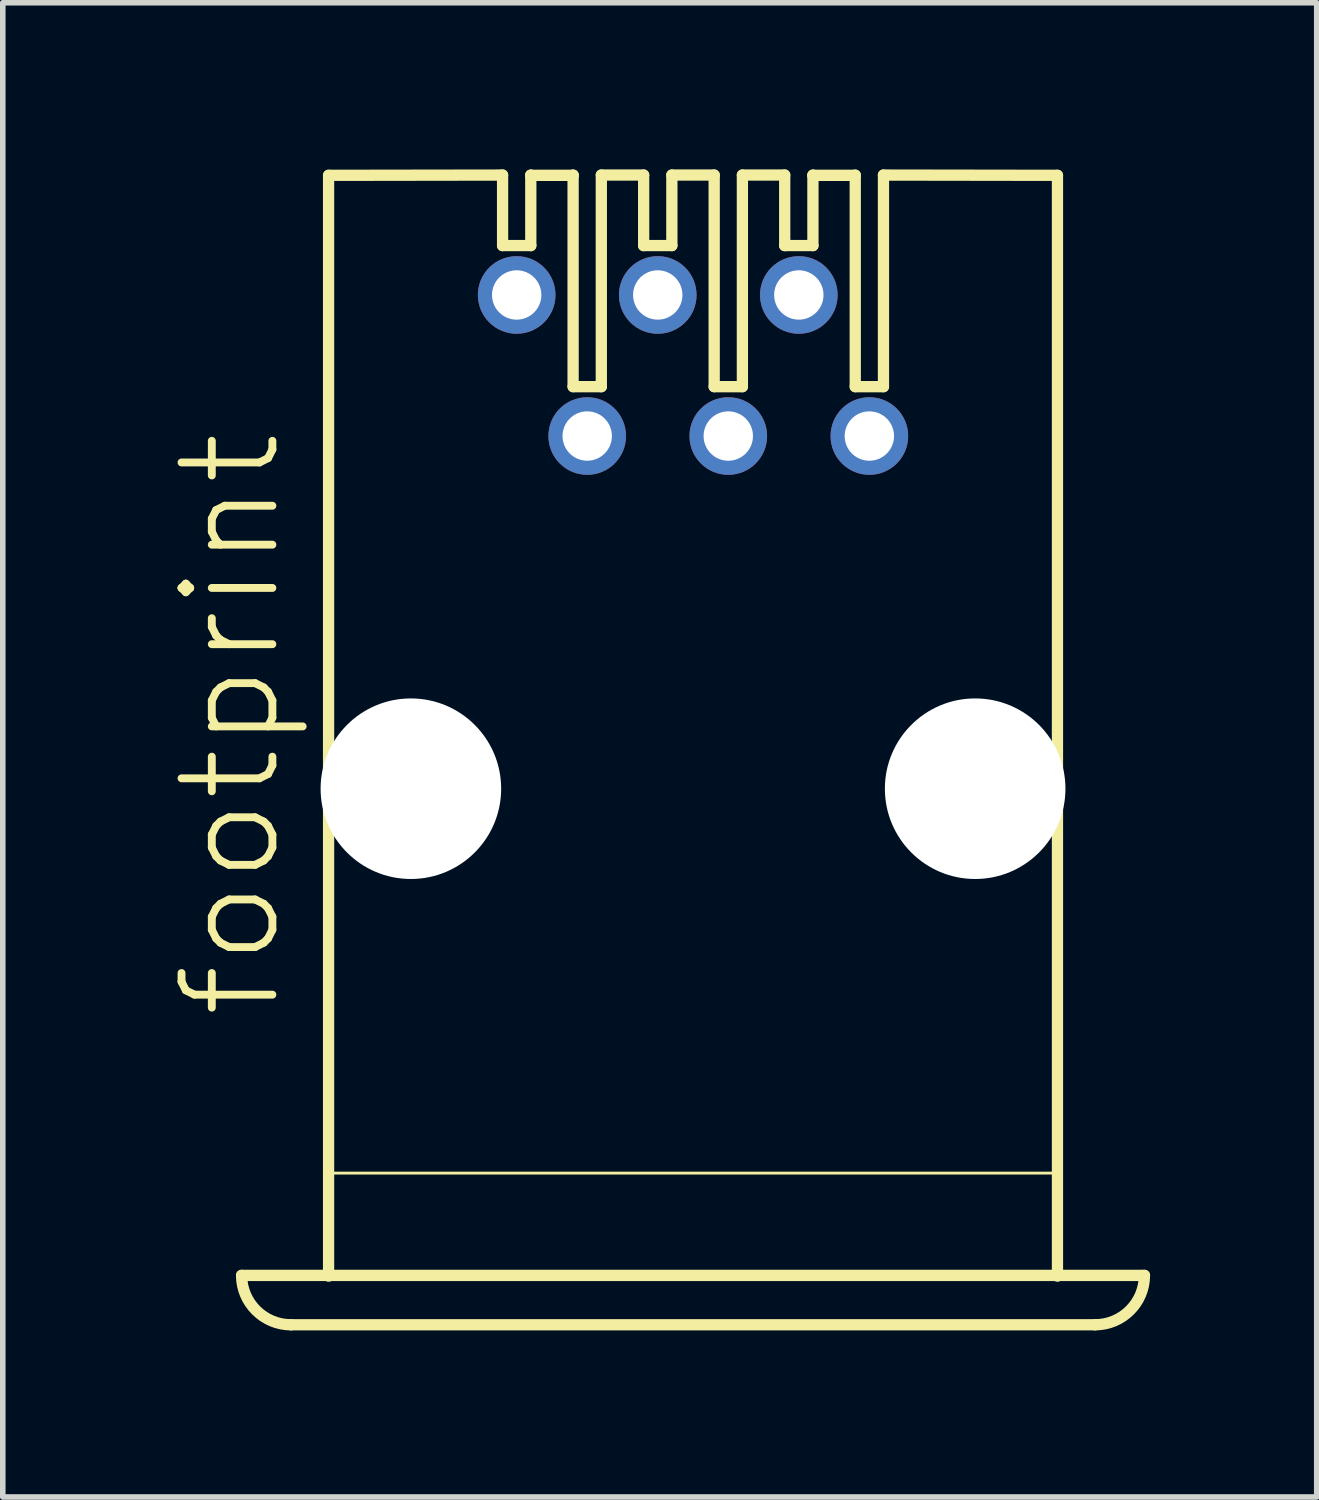
<source format=kicad_pcb>
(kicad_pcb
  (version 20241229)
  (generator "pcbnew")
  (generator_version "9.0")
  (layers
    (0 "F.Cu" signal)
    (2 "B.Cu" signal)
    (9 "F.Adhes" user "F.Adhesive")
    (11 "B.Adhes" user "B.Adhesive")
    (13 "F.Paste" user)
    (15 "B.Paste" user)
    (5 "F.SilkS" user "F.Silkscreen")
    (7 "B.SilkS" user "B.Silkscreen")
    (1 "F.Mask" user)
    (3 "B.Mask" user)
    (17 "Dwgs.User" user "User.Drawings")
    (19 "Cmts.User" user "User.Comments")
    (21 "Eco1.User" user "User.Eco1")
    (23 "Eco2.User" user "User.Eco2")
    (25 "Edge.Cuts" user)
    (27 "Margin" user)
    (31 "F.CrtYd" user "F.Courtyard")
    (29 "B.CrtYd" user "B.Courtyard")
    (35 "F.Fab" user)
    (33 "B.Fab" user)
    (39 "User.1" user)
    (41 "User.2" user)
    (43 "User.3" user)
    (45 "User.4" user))
  (footprint "footprint"
    (layer "F.Cu")
    (at 9.428 11.151)
    (property "Reference" "footprint" (at -7.366 4.191 90) (layer "F.SilkS") (effects (font (size 1.636 1.636) (thickness 0.142)) (justify left bottom)))
    (fp_line (start -6.562 -11.044) (end -3.429 -11.049) (stroke (width 0.203) (type solid)) (layer "F.SilkS"))
    (fp_line (start -6.562 8.776) (end -6.562 -11.044) (stroke (width 0.203) (type solid)) (layer "F.SilkS"))
    (fp_line (start -3.429 -11.049) (end -3.429 -9.779) (stroke (width 0.203) (type solid)) (layer "F.SilkS"))
    (fp_line (start -3.429 -9.779) (end -2.921 -9.779) (stroke (width 0.203) (type solid)) (layer "F.SilkS"))
    (fp_line (start -2.921 -11.049) (end -2.921 -11.044) (stroke (width 0.203) (type solid)) (layer "F.SilkS"))
    (fp_line (start -2.921 -11.044) (end -2.921 -9.779) (stroke (width 0.203) (type solid)) (layer "F.SilkS"))
    (fp_line (start -2.921 -11.044) (end -2.159 -11.044) (stroke (width 0.203) (type solid)) (layer "F.SilkS"))
    (fp_line (start -2.159 -11.049) (end -2.159 -11.044) (stroke (width 0.203) (type solid)) (layer "F.SilkS"))
    (fp_line (start -2.159 -11.044) (end -2.159 -7.239) (stroke (width 0.203) (type solid)) (layer "F.SilkS"))
    (fp_line (start -2.159 -7.239) (end -1.651 -7.239) (stroke (width 0.203) (type solid)) (layer "F.SilkS"))
    (fp_line (start -1.651 -11.049) (end -1.651 -7.239) (stroke (width 0.203) (type solid)) (layer "F.SilkS"))
    (fp_line (start -1.651 -11.049) (end -0.889 -11.049) (stroke (width 0.203) (type solid)) (layer "F.SilkS"))
    (fp_line (start -0.889 -11.049) (end -0.889 -9.779) (stroke (width 0.203) (type solid)) (layer "F.SilkS"))
    (fp_line (start -0.889 -9.779) (end -0.381 -9.779) (stroke (width 0.203) (type solid)) (layer "F.SilkS"))
    (fp_line (start -0.381 -11.049) (end -0.381 -9.779) (stroke (width 0.203) (type solid)) (layer "F.SilkS"))
    (fp_line (start -0.381 -11.049) (end 0.381 -11.049) (stroke (width 0.203) (type solid)) (layer "F.SilkS"))
    (fp_line (start 0.381 -11.049) (end 0.381 -7.239) (stroke (width 0.203) (type solid)) (layer "F.SilkS"))
    (fp_line (start 0.381 -7.239) (end 0.889 -7.239) (stroke (width 0.203) (type solid)) (layer "F.SilkS"))
    (fp_line (start 0.889 -11.049) (end 0.889 -7.239) (stroke (width 0.203) (type solid)) (layer "F.SilkS"))
    (fp_line (start 0.889 -11.049) (end 1.651 -11.049) (stroke (width 0.203) (type solid)) (layer "F.SilkS"))
    (fp_line (start 1.651 -11.049) (end 1.651 -9.779) (stroke (width 0.203) (type solid)) (layer "F.SilkS"))
    (fp_line (start 1.651 -9.779) (end 2.159 -9.779) (stroke (width 0.203) (type solid)) (layer "F.SilkS"))
    (fp_line (start 2.159 -11.049) (end 2.159 -11.044) (stroke (width 0.203) (type solid)) (layer "F.SilkS"))
    (fp_line (start 2.159 -11.044) (end 2.159 -9.779) (stroke (width 0.203) (type solid)) (layer "F.SilkS"))
    (fp_line (start 2.159 -11.044) (end 2.921 -11.044) (stroke (width 0.203) (type solid)) (layer "F.SilkS"))
    (fp_line (start 2.921 -11.049) (end 2.921 -7.239) (stroke (width 0.203) (type solid)) (layer "F.SilkS"))
    (fp_line (start 2.921 -7.239) (end 3.429 -7.239) (stroke (width 0.203) (type solid)) (layer "F.SilkS"))
    (fp_line (start 3.429 -11.049) (end 3.429 -7.239) (stroke (width 0.203) (type solid)) (layer "F.SilkS"))
    (fp_line (start 3.429 -11.049) (end 6.562 -11.044) (stroke (width 0.203) (type solid)) (layer "F.SilkS"))
    (fp_line (start 6.54 6.921) (end -6.54 6.921) (stroke (width 0.051) (type solid)) (layer "F.SilkS"))
    (fp_line (start 6.562 -11.044) (end 6.562 8.776) (stroke (width 0.203) (type solid)) (layer "F.SilkS"))
    (fp_line (start 7.239 9.652) (end -7.239 9.652) (stroke (width 0.203) (type solid)) (layer "F.SilkS"))
    (fp_line (start 8.128 8.763) (end -8.128 8.763) (stroke (width 0.203) (type solid)) (layer "F.SilkS"))
    (fp_arc (start -7.239 9.652) (mid -7.867618 9.391618) (end -8.128 8.763) (stroke (width 0.2032) (type solid)) (layer "F.SilkS"))
    (fp_arc (start 8.128 8.763) (mid 7.867618 9.391618) (end 7.239 9.652) (stroke (width 0.2032) (type solid)) (layer "F.SilkS"))
    (pad "" np_thru_hole circle (at -5.08 0) (size 3.251 3.251) (drill 3.251) (layers "*.Cu" "*.Mask"))
    (pad "" np_thru_hole circle (at 5.08 0) (size 3.251 3.251) (drill 3.251) (layers "*.Cu" "*.Mask"))
    (pad "1" thru_hole circle (at -3.175 -8.89) (size 1.397 1.397) (drill 0.889) (layers "*.Cu" "*.Mask"))
    (pad "2" thru_hole circle (at -1.905 -6.35) (size 1.397 1.397) (drill 0.889) (layers "*.Cu" "*.Mask"))
    (pad "3" thru_hole circle (at -0.635 -8.89) (size 1.397 1.397) (drill 0.889) (layers "*.Cu" "*.Mask"))
    (pad "4" thru_hole circle (at 0.635 -6.35) (size 1.397 1.397) (drill 0.889) (layers "*.Cu" "*.Mask"))
    (pad "5" thru_hole circle (at 1.905 -8.89) (size 1.397 1.397) (drill 0.889) (layers "*.Cu" "*.Mask"))
    (pad "6" thru_hole circle (at 3.175 -6.35) (size 1.397 1.397) (drill 0.889) (layers "*.Cu" "*.Mask")))
  (gr_rect
    (start -3 -3)
    (end 20.658 23.904)
    (stroke (width 0.1) (type default))
    (fill no)
    (layer "Edge.Cuts")))
</source>
